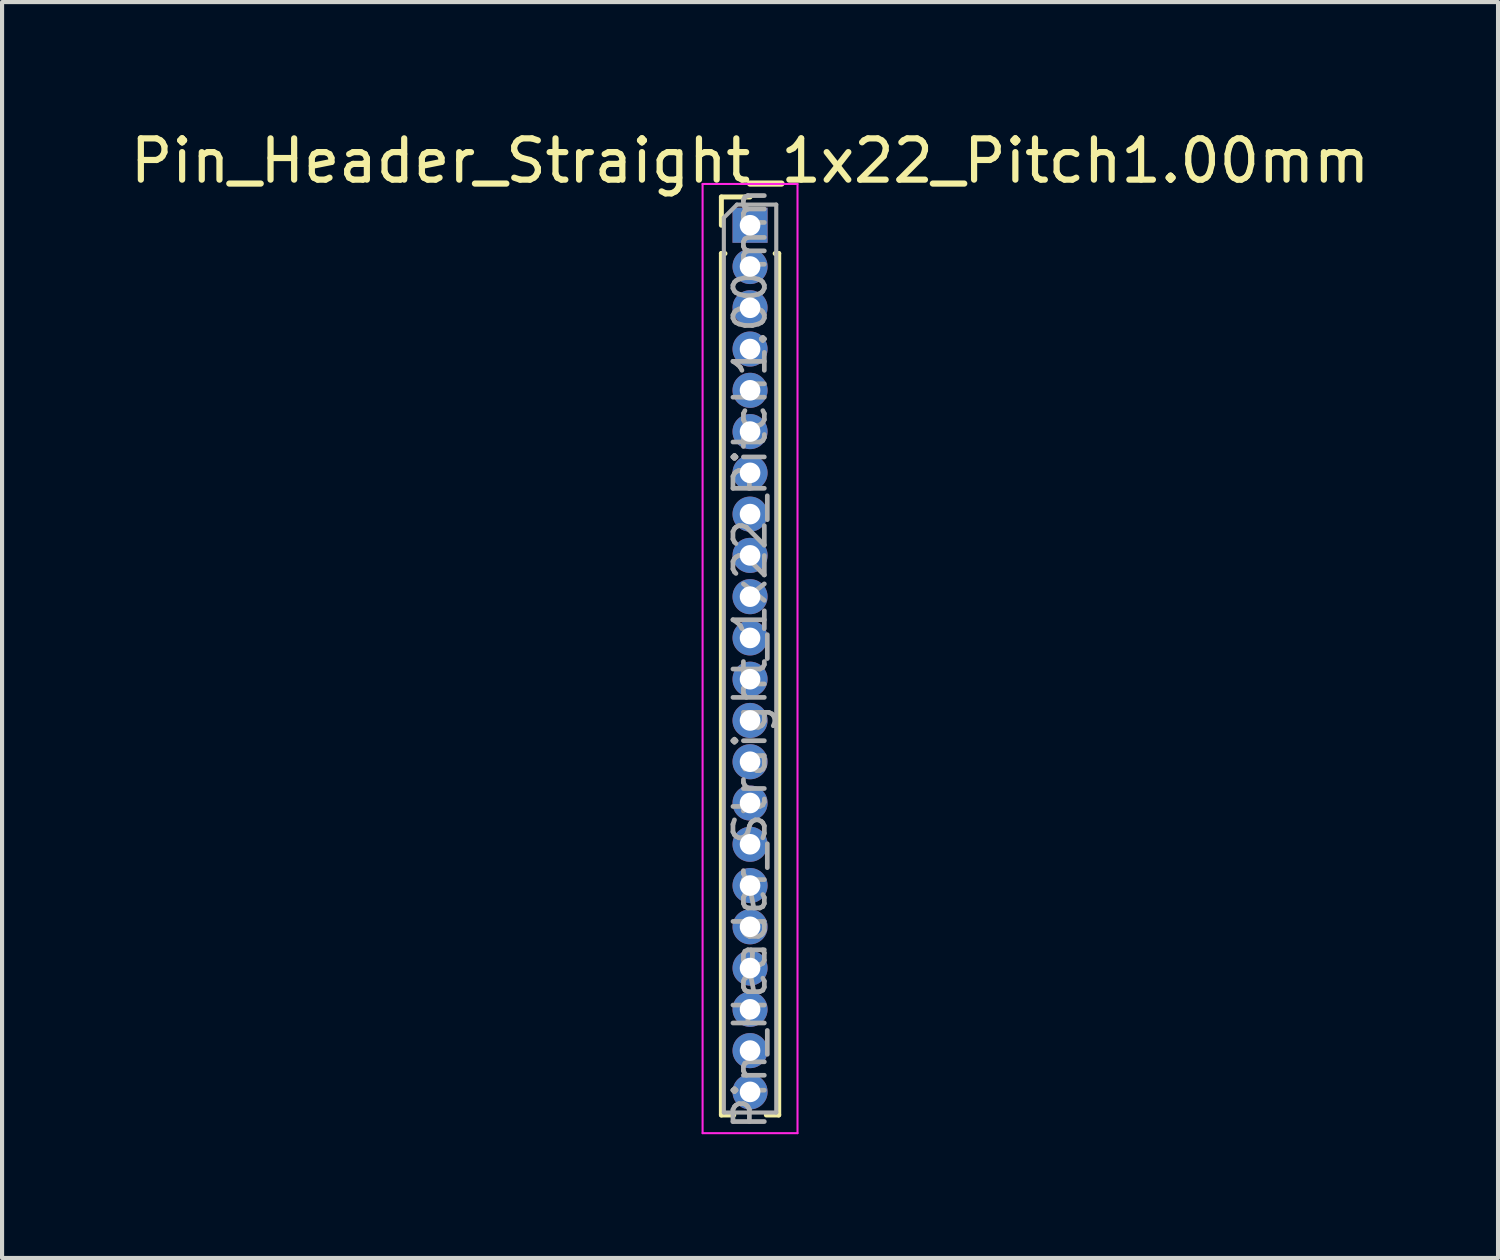
<source format=kicad_pcb>
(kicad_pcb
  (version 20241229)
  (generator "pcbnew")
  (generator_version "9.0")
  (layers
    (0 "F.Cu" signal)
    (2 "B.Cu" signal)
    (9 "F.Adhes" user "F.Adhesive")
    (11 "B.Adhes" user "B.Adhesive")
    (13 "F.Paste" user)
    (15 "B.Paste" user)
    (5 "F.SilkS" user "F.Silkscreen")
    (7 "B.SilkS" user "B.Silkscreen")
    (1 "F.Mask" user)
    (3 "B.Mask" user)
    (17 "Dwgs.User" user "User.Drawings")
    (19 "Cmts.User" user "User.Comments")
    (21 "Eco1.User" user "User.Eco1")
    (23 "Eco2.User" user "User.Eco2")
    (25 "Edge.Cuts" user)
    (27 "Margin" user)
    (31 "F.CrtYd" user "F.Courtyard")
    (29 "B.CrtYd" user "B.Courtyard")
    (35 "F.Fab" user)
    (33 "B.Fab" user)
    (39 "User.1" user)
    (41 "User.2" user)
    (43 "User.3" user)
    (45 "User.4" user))
  (footprint "Pin_Header_Straight_1x22_Pitch1.00mm"
    (layer "F.Cu")
    (at 15.125 2.408)
    (property "Reference" "Pin_Header_Straight_1x22_Pitch1.00mm" (at 0 -1.56 0) (layer "F.SilkS") (effects (font (size 1 1) (thickness 0.15))))
    (attr through_hole)
    (fp_line (start -0.695 -0.685) (end 0 -0.685) (stroke (width 0.12) (type solid)) (layer "F.SilkS"))
    (fp_line (start -0.695 0) (end -0.695 -0.685) (stroke (width 0.12) (type solid)) (layer "F.SilkS"))
    (fp_line (start -0.695 0.685) (end -0.695 21.56) (stroke (width 0.12) (type solid)) (layer "F.SilkS"))
    (fp_line (start -0.695 0.685) (end -0.608 0.685) (stroke (width 0.12) (type solid)) (layer "F.SilkS"))
    (fp_line (start -0.695 21.56) (end -0.394 21.56) (stroke (width 0.12) (type solid)) (layer "F.SilkS"))
    (fp_line (start 0.394 21.56) (end 0.695 21.56) (stroke (width 0.12) (type solid)) (layer "F.SilkS"))
    (fp_line (start 0.608 0.685) (end 0.695 0.685) (stroke (width 0.12) (type solid)) (layer "F.SilkS"))
    (fp_line (start 0.695 0.685) (end 0.695 21.56) (stroke (width 0.12) (type solid)) (layer "F.SilkS"))
    (fp_line (start -1.15 -1) (end -1.15 22) (stroke (width 0.05) (type solid)) (layer "F.CrtYd"))
    (fp_line (start -1.15 22) (end 1.15 22) (stroke (width 0.05) (type solid)) (layer "F.CrtYd"))
    (fp_line (start 1.15 -1) (end -1.15 -1) (stroke (width 0.05) (type solid)) (layer "F.CrtYd"))
    (fp_line (start 1.15 22) (end 1.15 -1) (stroke (width 0.05) (type solid)) (layer "F.CrtYd"))
    (fp_line (start -0.635 -0.182) (end -0.318 -0.5) (stroke (width 0.1) (type solid)) (layer "F.Fab"))
    (fp_line (start -0.635 21.5) (end -0.635 -0.182) (stroke (width 0.1) (type solid)) (layer "F.Fab"))
    (fp_line (start -0.318 -0.5) (end 0.635 -0.5) (stroke (width 0.1) (type solid)) (layer "F.Fab"))
    (fp_line (start 0.635 -0.5) (end 0.635 21.5) (stroke (width 0.1) (type solid)) (layer "F.Fab"))
    (fp_line (start 0.635 21.5) (end -0.635 21.5) (stroke (width 0.1) (type solid)) (layer "F.Fab"))
    (fp_text user "${REFERENCE}" (at 0 10.5 90) (layer "F.Fab") (effects (font (size 0.76 0.76) (thickness 0.114))))
    (pad "1" thru_hole rect (at 0 0) (size 0.85 0.85) (drill 0.5) (layers "*.Cu" "*.Mask"))
    (pad "2" thru_hole oval (at 0 1) (size 0.85 0.85) (drill 0.5) (layers "*.Cu" "*.Mask"))
    (pad "3" thru_hole oval (at 0 2) (size 0.85 0.85) (drill 0.5) (layers "*.Cu" "*.Mask"))
    (pad "4" thru_hole oval (at 0 3) (size 0.85 0.85) (drill 0.5) (layers "*.Cu" "*.Mask"))
    (pad "5" thru_hole oval (at 0 4) (size 0.85 0.85) (drill 0.5) (layers "*.Cu" "*.Mask"))
    (pad "6" thru_hole oval (at 0 5) (size 0.85 0.85) (drill 0.5) (layers "*.Cu" "*.Mask"))
    (pad "7" thru_hole oval (at 0 6) (size 0.85 0.85) (drill 0.5) (layers "*.Cu" "*.Mask"))
    (pad "8" thru_hole oval (at 0 7) (size 0.85 0.85) (drill 0.5) (layers "*.Cu" "*.Mask"))
    (pad "9" thru_hole oval (at 0 8) (size 0.85 0.85) (drill 0.5) (layers "*.Cu" "*.Mask"))
    (pad "10" thru_hole oval (at 0 9) (size 0.85 0.85) (drill 0.5) (layers "*.Cu" "*.Mask"))
    (pad "11" thru_hole oval (at 0 10) (size 0.85 0.85) (drill 0.5) (layers "*.Cu" "*.Mask"))
    (pad "12" thru_hole oval (at 0 11) (size 0.85 0.85) (drill 0.5) (layers "*.Cu" "*.Mask"))
    (pad "13" thru_hole oval (at 0 12) (size 0.85 0.85) (drill 0.5) (layers "*.Cu" "*.Mask"))
    (pad "14" thru_hole oval (at 0 13) (size 0.85 0.85) (drill 0.5) (layers "*.Cu" "*.Mask"))
    (pad "15" thru_hole oval (at 0 14) (size 0.85 0.85) (drill 0.5) (layers "*.Cu" "*.Mask"))
    (pad "16" thru_hole oval (at 0 15) (size 0.85 0.85) (drill 0.5) (layers "*.Cu" "*.Mask"))
    (pad "17" thru_hole oval (at 0 16) (size 0.85 0.85) (drill 0.5) (layers "*.Cu" "*.Mask"))
    (pad "18" thru_hole oval (at 0 17) (size 0.85 0.85) (drill 0.5) (layers "*.Cu" "*.Mask"))
    (pad "19" thru_hole oval (at 0 18) (size 0.85 0.85) (drill 0.5) (layers "*.Cu" "*.Mask"))
    (pad "20" thru_hole oval (at 0 19) (size 0.85 0.85) (drill 0.5) (layers "*.Cu" "*.Mask"))
    (pad "21" thru_hole oval (at 0 20) (size 0.85 0.85) (drill 0.5) (layers "*.Cu" "*.Mask"))
    (pad "22" thru_hole oval (at 0 21) (size 0.85 0.85) (drill 0.5) (layers "*.Cu" "*.Mask")))
  (gr_rect
    (start -3 -3)
    (end 33.25 27.433)
    (stroke (width 0.1) (type default))
    (fill no)
    (layer "Edge.Cuts")))
</source>
